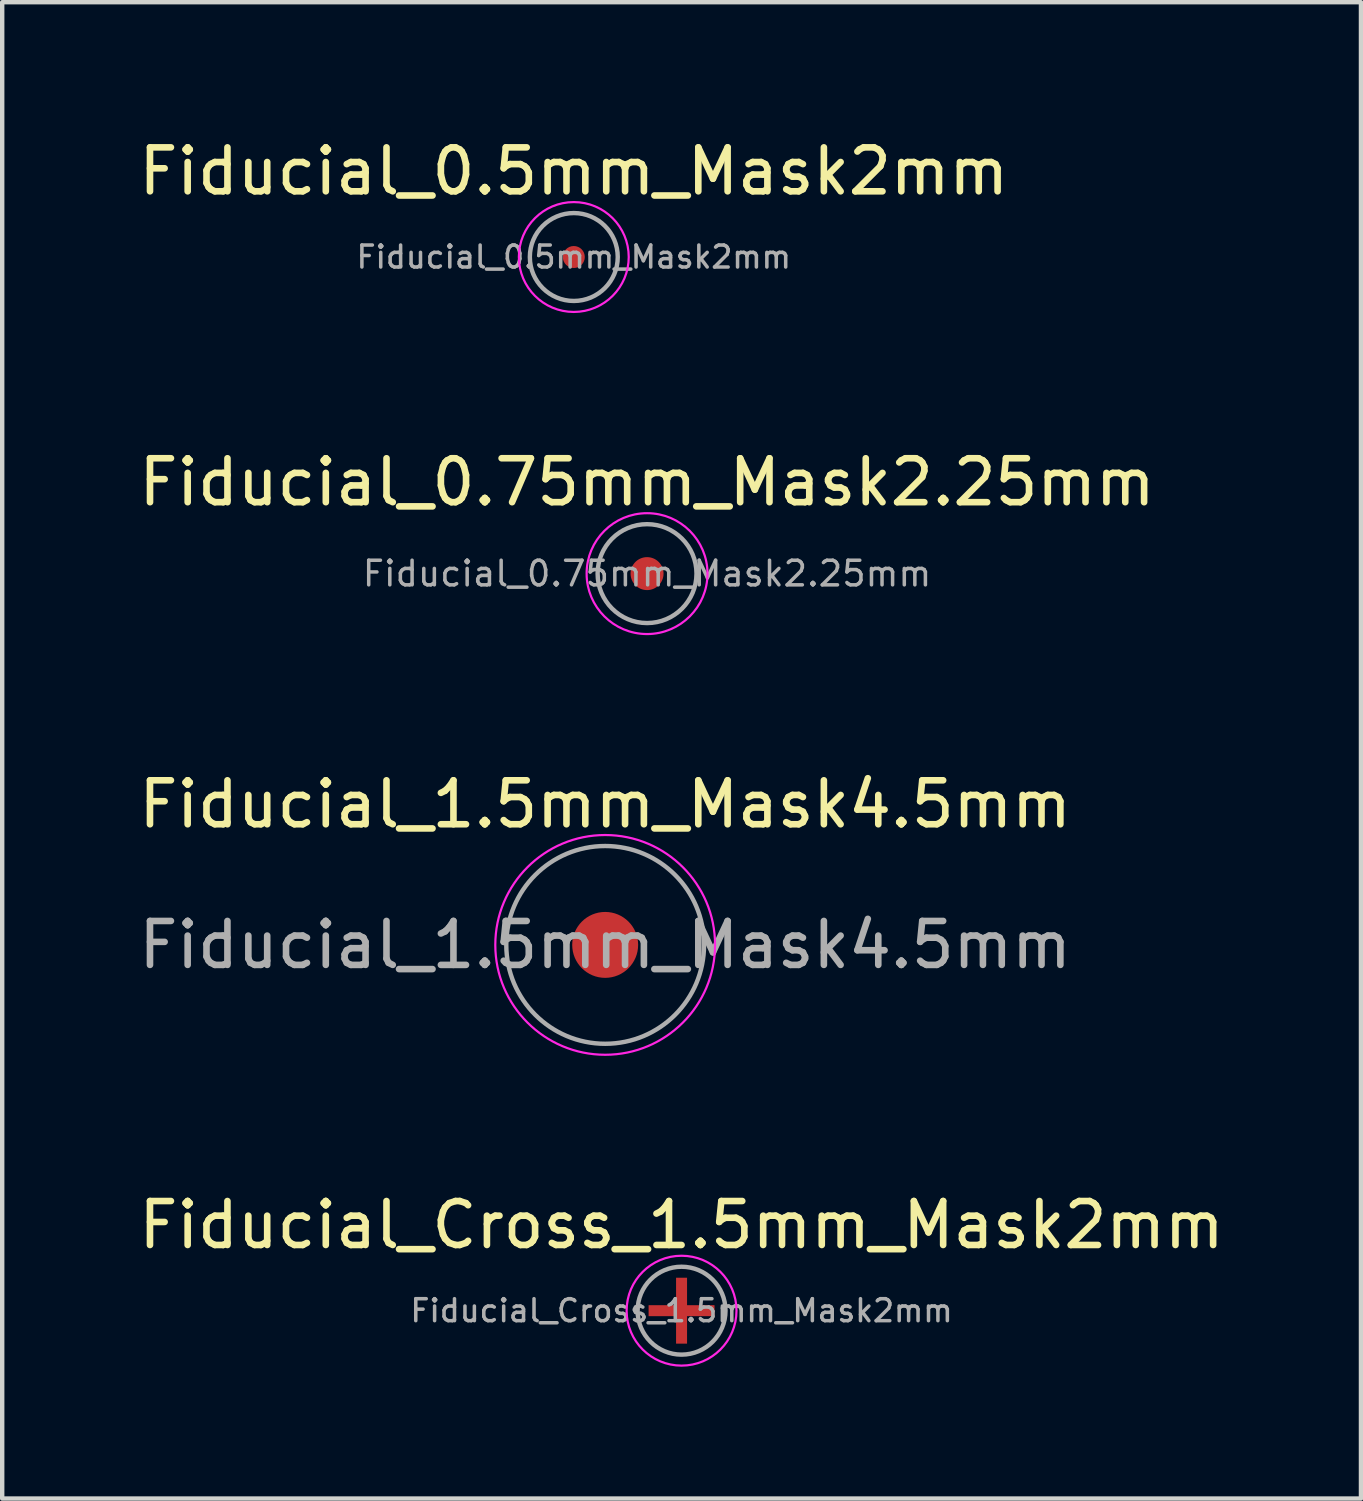
<source format=kicad_pcb>
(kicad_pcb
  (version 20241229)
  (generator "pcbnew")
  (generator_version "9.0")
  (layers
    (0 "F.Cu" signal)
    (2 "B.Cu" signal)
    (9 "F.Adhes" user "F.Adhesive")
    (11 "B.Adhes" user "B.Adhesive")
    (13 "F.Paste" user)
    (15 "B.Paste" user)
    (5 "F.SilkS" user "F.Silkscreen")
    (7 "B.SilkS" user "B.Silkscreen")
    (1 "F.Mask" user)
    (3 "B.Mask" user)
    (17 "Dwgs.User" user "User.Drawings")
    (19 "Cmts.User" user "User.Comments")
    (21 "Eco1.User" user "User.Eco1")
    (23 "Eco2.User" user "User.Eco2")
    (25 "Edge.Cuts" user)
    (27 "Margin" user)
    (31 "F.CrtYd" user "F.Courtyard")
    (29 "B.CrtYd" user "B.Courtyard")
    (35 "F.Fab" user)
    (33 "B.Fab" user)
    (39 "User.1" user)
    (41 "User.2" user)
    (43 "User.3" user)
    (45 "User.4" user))
  (footprint "Fiducial_Cross_1.5mm_Mask2mm"
    (layer "F.Cu")
    (at 12.458 26.773)
    (property "Reference" "Fiducial_Cross_1.5mm_Mask2mm" (at 0 -1.95 0) (layer "F.SilkS") (effects (font (size 1 1) (thickness 0.15))))
    (attr smd exclude_from_bom)
    (fp_circle (center 0 0) (end 1.25 0) (stroke (width 0.05) (type solid)) (fill no) (layer "F.CrtYd"))
    (fp_circle (center 0 0) (end 1 0) (stroke (width 0.1) (type solid)) (fill no) (layer "F.Fab"))
    (fp_text user "${REFERENCE}" (at 0 0 0) (layer "F.Fab") (effects (font (size 0.5 0.5) (thickness 0.08))))
    (pad "" smd circle (at 0 0) (size 0.25 0.25) (layers "F.Cu" "F.Mask"))
    (pad "" smd custom (at 0 0) (size 0.25 0.25) (layers "F.Cu" "F.Mask") (options (anchor circle)) (primitives (gr_rect (start -0.75 -0.125) (end 0.75 0.125) (width 0) (fill yes)) (gr_rect (start -0.125 -0.75) (end 0.125 0.75) (width 0) (fill yes)))))
  (footprint "Fiducial_0.75mm_Mask2.25mm"
    (layer "F.Cu")
    (at 11.673 10.002)
    (property "Reference" "Fiducial_0.75mm_Mask2.25mm" (at 0 -2.08 0) (layer "F.SilkS") (effects (font (size 1 1) (thickness 0.15))))
    (attr smd exclude_from_bom)
    (fp_circle (center 0 0) (end 1.375 0) (stroke (width 0.05) (type solid)) (fill no) (layer "F.CrtYd"))
    (fp_circle (center 0 0) (end 1.125 0) (stroke (width 0.1) (type solid)) (fill no) (layer "F.Fab"))
    (fp_text user "${REFERENCE}" (at 0 0 0) (layer "F.Fab") (effects (font (size 0.56 0.56) (thickness 0.08))))
    (pad "" smd circle (at 0 0) (size 0.75 0.75) (layers "F.Cu" "F.Mask")))
  (footprint "Fiducial_1.5mm_Mask4.5mm"
    (layer "F.Cu")
    (at 10.72 18.45)
    (property "Reference" "Fiducial_1.5mm_Mask4.5mm" (at 0 -3.2 0) (layer "F.SilkS") (effects (font (size 1 1) (thickness 0.15))))
    (attr smd exclude_from_bom)
    (fp_circle (center 0 0) (end 2.5 0) (stroke (width 0.05) (type solid)) (fill no) (layer "F.CrtYd"))
    (fp_circle (center 0 0) (end 2.25 0) (stroke (width 0.1) (type solid)) (fill no) (layer "F.Fab"))
    (fp_text user "${REFERENCE}" (at 0 0 0) (layer "F.Fab") (effects (font (size 1 1) (thickness 0.15))))
    (pad "" smd circle (at 0 0) (size 1.5 1.5) (layers "F.Cu" "F.Mask")))
  (footprint "Fiducial_0.5mm_Mask2mm"
    (layer "F.Cu")
    (at 10.006 2.798)
    (property "Reference" "Fiducial_0.5mm_Mask2mm" (at 0 -1.95 0) (layer "F.SilkS") (effects (font (size 1 1) (thickness 0.15))))
    (attr smd exclude_from_bom)
    (fp_circle (center 0 0) (end 1.25 0) (stroke (width 0.05) (type solid)) (fill no) (layer "F.CrtYd"))
    (fp_circle (center 0 0) (end 1 0) (stroke (width 0.1) (type solid)) (fill no) (layer "F.Fab"))
    (fp_text user "${REFERENCE}" (at 0 0 0) (layer "F.Fab") (effects (font (size 0.5 0.5) (thickness 0.08))))
    (pad "" smd circle (at 0 0) (size 0.5 0.5) (layers "F.Cu" "F.Mask")))
  (gr_rect
    (start -3 -3)
    (end 27.917 31.048)
    (stroke (width 0.1) (type default))
    (fill no)
    (layer "Edge.Cuts")))
</source>
